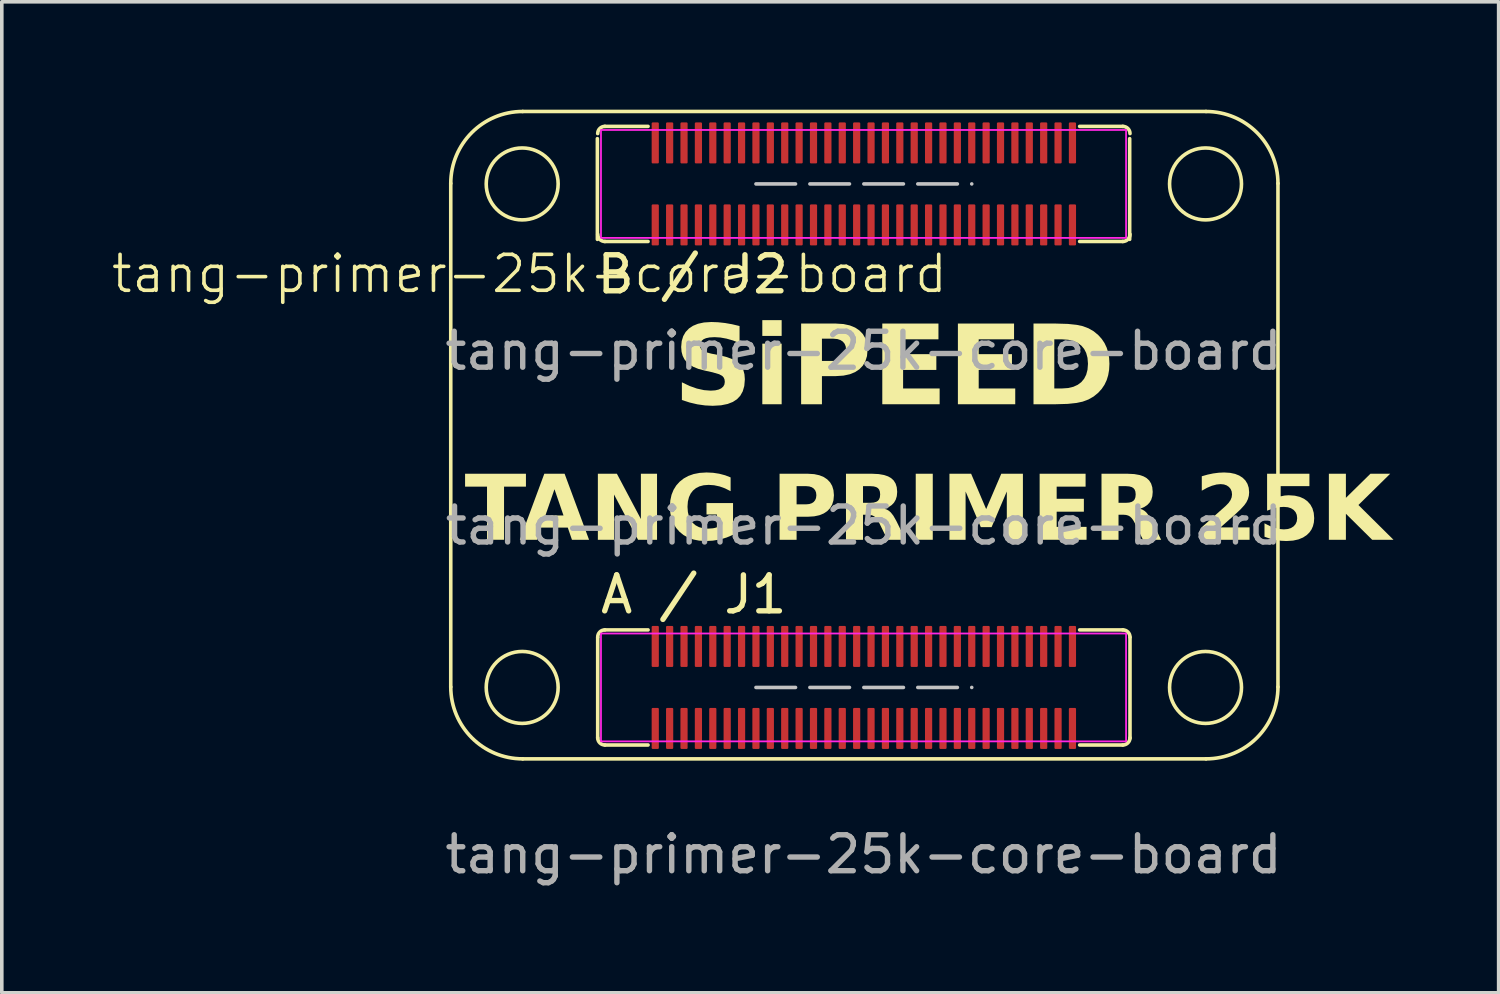
<source format=kicad_pcb>
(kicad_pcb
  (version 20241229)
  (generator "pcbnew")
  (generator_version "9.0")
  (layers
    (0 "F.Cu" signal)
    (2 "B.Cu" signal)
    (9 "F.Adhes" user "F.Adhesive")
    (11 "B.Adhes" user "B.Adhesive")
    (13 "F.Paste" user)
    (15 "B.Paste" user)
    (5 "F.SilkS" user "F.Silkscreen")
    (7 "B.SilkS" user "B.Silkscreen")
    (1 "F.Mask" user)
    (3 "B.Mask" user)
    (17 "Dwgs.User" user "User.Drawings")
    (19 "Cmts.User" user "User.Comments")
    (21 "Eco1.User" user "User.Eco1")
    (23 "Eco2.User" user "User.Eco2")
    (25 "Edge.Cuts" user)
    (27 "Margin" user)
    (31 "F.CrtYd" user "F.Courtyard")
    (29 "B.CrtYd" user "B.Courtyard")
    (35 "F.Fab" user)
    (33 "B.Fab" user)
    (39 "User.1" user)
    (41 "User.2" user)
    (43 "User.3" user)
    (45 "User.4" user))
  (footprint "tang-primer-25k-core-board"
    (layer "F.Cu")
    (at 20.969 9.064)
    (property "Reference" "tang-primer-25k-core-board" (at -9.3 -4.5 0) (unlocked yes) (layer "F.SilkS") (effects (font (size 1 1) (thickness 0.1))))
    (attr smd)
    (fp_line (start -11.486 -7.014) (end -11.486 6.986) (stroke (width 0.1) (type default)) (layer "F.SilkS"))
    (fp_line (start -9.486 8.986) (end 9.514 8.986) (stroke (width 0.1) (type default)) (layer "F.SilkS"))
    (fp_line (start -7.409 -8.259) (end -7.409 -5.459) (stroke (width 0.1) (type default)) (layer "F.SilkS"))
    (fp_line (start -7.4 5.61) (end -7.4 8.41) (stroke (width 0.1) (type default)) (layer "F.SilkS"))
    (fp_line (start -7.2 -8.6) (end -6 -8.6) (stroke (width 0.1) (type default)) (layer "F.SilkS"))
    (fp_line (start -7.2 -5.4) (end -6 -5.4) (stroke (width 0.1) (type default)) (layer "F.SilkS"))
    (fp_line (start -7.2 5.4) (end -6 5.4) (stroke (width 0.1) (type default)) (layer "F.SilkS"))
    (fp_line (start -7.2 8.6) (end -6 8.6) (stroke (width 0.1) (type default)) (layer "F.SilkS"))
    (fp_line (start 7.2 -8.6) (end 6 -8.6) (stroke (width 0.1) (type default)) (layer "F.SilkS"))
    (fp_line (start 7.2 -5.4) (end 6 -5.4) (stroke (width 0.1) (type default)) (layer "F.SilkS"))
    (fp_line (start 7.2 5.4) (end 6 5.4) (stroke (width 0.1) (type default)) (layer "F.SilkS"))
    (fp_line (start 7.2 8.6) (end 6 8.6) (stroke (width 0.1) (type default)) (layer "F.SilkS"))
    (fp_line (start 7.391 -8.259) (end 7.391 -5.459) (stroke (width 0.1) (type default)) (layer "F.SilkS"))
    (fp_line (start 7.4 5.61) (end 7.4 8.41) (stroke (width 0.1) (type default)) (layer "F.SilkS"))
    (fp_line (start 9.514 -9.014) (end -9.486 -9.014) (stroke (width 0.1) (type default)) (layer "F.SilkS"))
    (fp_line (start 11.514 6.986) (end 11.514 -7.014) (stroke (width 0.1) (type default)) (layer "F.SilkS"))
    (fp_arc (start -11.485786 -7.014214) (mid -10.9 -8.428428) (end -9.485786 -9.014214) (stroke (width 0.1) (type default)) (layer "F.SilkS"))
    (fp_arc (start -9.485786 8.985786) (mid -10.9 8.4) (end -11.485786 6.985786) (stroke (width 0.1) (type default)) (layer "F.SilkS"))
    (fp_arc (start -7.4 -8.4) (mid -7.341421 -8.541421) (end -7.2 -8.6) (stroke (width 0.1) (type default)) (layer "F.SilkS"))
    (fp_arc (start -7.4 5.6) (mid -7.341421 5.458579) (end -7.2 5.4) (stroke (width 0.1) (type default)) (layer "F.SilkS"))
    (fp_arc (start -7.2 -5.4) (mid -7.341421 -5.458579) (end -7.4 -5.6) (stroke (width 0.1) (type default)) (layer "F.SilkS"))
    (fp_arc (start -7.2 8.6) (mid -7.341421 8.541421) (end -7.4 8.4) (stroke (width 0.1) (type default)) (layer "F.SilkS"))
    (fp_arc (start 7.2 -8.6) (mid 7.341421 -8.541421) (end 7.4 -8.4) (stroke (width 0.1) (type default)) (layer "F.SilkS"))
    (fp_arc (start 7.2 5.4) (mid 7.341421 5.458579) (end 7.4 5.6) (stroke (width 0.1) (type default)) (layer "F.SilkS"))
    (fp_arc (start 7.4 -5.6) (mid 7.341421 -5.458579) (end 7.2 -5.4) (stroke (width 0.1) (type default)) (layer "F.SilkS"))
    (fp_arc (start 7.4 8.4) (mid 7.341421 8.541421) (end 7.2 8.6) (stroke (width 0.1) (type default)) (layer "F.SilkS"))
    (fp_arc (start 9.514214 -9.014214) (mid 10.928428 -8.428428) (end 11.514214 -7.014214) (stroke (width 0.1) (type default)) (layer "F.SilkS"))
    (fp_arc (start 11.514214 6.985786) (mid 10.928428 8.4) (end 9.514214 8.985786) (stroke (width 0.1) (type default)) (layer "F.SilkS"))
    (fp_circle (center -9.5 -7) (end -8.5 -7) (stroke (width 0.1) (type solid)) (fill no) (layer "F.SilkS"))
    (fp_circle (center -9.5 7) (end -8.5 7) (stroke (width 0.1) (type solid)) (fill no) (layer "F.SilkS"))
    (fp_circle (center 9.5 -7) (end 10.5 -7) (stroke (width 0.1) (type solid)) (fill no) (layer "F.SilkS"))
    (fp_circle (center 9.5 7) (end 10.5 7) (stroke (width 0.1) (type solid)) (fill no) (layer "F.SilkS"))
    (fp_line (start -3 -7) (end 3 -7) (stroke (width 0.1) (type dash)) (layer "Dwgs.User"))
    (fp_line (start -3 7) (end 3 7) (stroke (width 0.1) (type dash)) (layer "Dwgs.User"))
    (fp_rect (start -7.309 -8.5) (end 7.291 -5.5) (stroke (width 0.05) (type default)) (fill no) (layer "F.CrtYd"))
    (fp_rect (start -7.309 5.5) (end 7.291 8.5) (stroke (width 0.05) (type default)) (fill no) (layer "F.CrtYd"))
    (fp_text user "B / J2" (at -7.5 -3.9 0) (unlocked yes) (layer "F.SilkS") (effects (font (size 1 1) (thickness 0.15)) (justify left bottom)))
    (fp_text user "TANG PRIMER 25K" (at -11.1 3.2 0) (unlocked yes) (layer "F.SilkS") (effects (font (face "Exo 2 Black") (size 1.8 1.8) (thickness 0.15)) (justify left bottom)))
    (fp_text user "A / J1" (at -7.4 5 0) (unlocked yes) (layer "F.SilkS") (effects (font (size 1 1) (thickness 0.15)) (justify left bottom)))
    (fp_text user "SiPEED" (at -5.3 -0.5 0) (unlocked yes) (layer "F.SilkS") (effects (font (face "Exo 2 Black") (size 2.2 2.2) (thickness 0.15)) (justify left bottom)))
    (fp_text user "${REFERENCE}" (at -0.009 -2.359 0) (unlocked yes) (layer "F.Fab") (effects (font (size 1 1) (thickness 0.15))))
    (fp_text user "${REFERENCE}" (at 0 2.5 0) (unlocked yes) (layer "F.Fab") (effects (font (size 1 1) (thickness 0.15))))
    (fp_text user "${REFERENCE}" (at -0.009 11.641 0) (unlocked yes) (layer "F.Fab") (effects (font (size 1 1) (thickness 0.15))))
    (pad "A1" smd roundrect (at -5.8 5.86) (size 0.2 1.14) (layers "F.Cu" "F.Mask" "F.Paste") (roundrect_rratio 0.15))
    (pad "A2" smd roundrect (at -5.8 8.14) (size 0.2 1.14) (layers "F.Cu" "F.Mask" "F.Paste") (roundrect_rratio 0.15))
    (pad "A3" smd roundrect (at -5.4 5.86) (size 0.2 1.14) (layers "F.Cu" "F.Mask" "F.Paste") (roundrect_rratio 0.15))
    (pad "A4" smd roundrect (at -5.4 8.14) (size 0.2 1.14) (layers "F.Cu" "F.Mask" "F.Paste") (roundrect_rratio 0.15))
    (pad "A5" smd roundrect (at -5 5.86) (size 0.2 1.14) (layers "F.Cu" "F.Mask" "F.Paste") (roundrect_rratio 0.15))
    (pad "A6" smd roundrect (at -5 8.14) (size 0.2 1.14) (layers "F.Cu" "F.Mask" "F.Paste") (roundrect_rratio 0.15))
    (pad "A7" smd roundrect (at -4.6 5.86) (size 0.2 1.14) (layers "F.Cu" "F.Mask" "F.Paste") (roundrect_rratio 0.15))
    (pad "A8" smd roundrect (at -4.6 8.14) (size 0.2 1.14) (layers "F.Cu" "F.Mask" "F.Paste") (roundrect_rratio 0.15))
    (pad "A9" smd roundrect (at -4.2 5.86) (size 0.2 1.14) (layers "F.Cu" "F.Mask" "F.Paste") (roundrect_rratio 0.15))
    (pad "A10" smd roundrect (at -4.2 8.14) (size 0.2 1.14) (layers "F.Cu" "F.Mask" "F.Paste") (roundrect_rratio 0.15))
    (pad "A11" smd roundrect (at -3.8 5.86) (size 0.2 1.14) (layers "F.Cu" "F.Mask" "F.Paste") (roundrect_rratio 0.15))
    (pad "A12" smd roundrect (at -3.8 8.14) (size 0.2 1.14) (layers "F.Cu" "F.Mask" "F.Paste") (roundrect_rratio 0.15))
    (pad "A13" smd roundrect (at -3.4 5.86) (size 0.2 1.14) (layers "F.Cu" "F.Mask" "F.Paste") (roundrect_rratio 0.15))
    (pad "A14" smd roundrect (at -3.4 8.14) (size 0.2 1.14) (layers "F.Cu" "F.Mask" "F.Paste") (roundrect_rratio 0.15))
    (pad "A15" smd roundrect (at -3 5.86) (size 0.2 1.14) (layers "F.Cu" "F.Mask" "F.Paste") (roundrect_rratio 0.15))
    (pad "A16" smd roundrect (at -3 8.14) (size 0.2 1.14) (layers "F.Cu" "F.Mask" "F.Paste") (roundrect_rratio 0.15))
    (pad "A17" smd roundrect (at -2.6 5.86) (size 0.2 1.14) (layers "F.Cu" "F.Mask" "F.Paste") (roundrect_rratio 0.15))
    (pad "A18" smd roundrect (at -2.6 8.14) (size 0.2 1.14) (layers "F.Cu" "F.Mask" "F.Paste") (roundrect_rratio 0.15))
    (pad "A19" smd roundrect (at -2.2 5.86) (size 0.2 1.14) (layers "F.Cu" "F.Mask" "F.Paste") (roundrect_rratio 0.15))
    (pad "A20" smd roundrect (at -2.2 8.14) (size 0.2 1.14) (layers "F.Cu" "F.Mask" "F.Paste") (roundrect_rratio 0.15))
    (pad "A21" smd roundrect (at -1.8 5.86) (size 0.2 1.14) (layers "F.Cu" "F.Mask" "F.Paste") (roundrect_rratio 0.15))
    (pad "A22" smd roundrect (at -1.8 8.14) (size 0.2 1.14) (layers "F.Cu" "F.Mask" "F.Paste") (roundrect_rratio 0.15))
    (pad "A23" smd roundrect (at -1.4 5.86) (size 0.2 1.14) (layers "F.Cu" "F.Mask" "F.Paste") (roundrect_rratio 0.15))
    (pad "A24" smd roundrect (at -1.4 8.14) (size 0.2 1.14) (layers "F.Cu" "F.Mask" "F.Paste") (roundrect_rratio 0.15))
    (pad "A25" smd roundrect (at -1 5.86) (size 0.2 1.14) (layers "F.Cu" "F.Mask" "F.Paste") (roundrect_rratio 0.15))
    (pad "A26" smd roundrect (at -1 8.14) (size 0.2 1.14) (layers "F.Cu" "F.Mask" "F.Paste") (roundrect_rratio 0.15))
    (pad "A27" smd roundrect (at -0.6 5.86) (size 0.2 1.14) (layers "F.Cu" "F.Mask" "F.Paste") (roundrect_rratio 0.15))
    (pad "A28" smd roundrect (at -0.6 8.14) (size 0.2 1.14) (layers "F.Cu" "F.Mask" "F.Paste") (roundrect_rratio 0.15))
    (pad "A29" smd roundrect (at -0.2 5.86) (size 0.2 1.14) (layers "F.Cu" "F.Mask" "F.Paste") (roundrect_rratio 0.15))
    (pad "A30" smd roundrect (at -0.2 8.14) (size 0.2 1.14) (layers "F.Cu" "F.Mask" "F.Paste") (roundrect_rratio 0.15))
    (pad "A31" smd roundrect (at 0.2 5.86) (size 0.2 1.14) (layers "F.Cu" "F.Mask" "F.Paste") (roundrect_rratio 0.15))
    (pad "A32" smd roundrect (at 0.2 8.14) (size 0.2 1.14) (layers "F.Cu" "F.Mask" "F.Paste") (roundrect_rratio 0.15))
    (pad "A33" smd roundrect (at 0.6 5.86) (size 0.2 1.14) (layers "F.Cu" "F.Mask" "F.Paste") (roundrect_rratio 0.15))
    (pad "A34" smd roundrect (at 0.6 8.14) (size 0.2 1.14) (layers "F.Cu" "F.Mask" "F.Paste") (roundrect_rratio 0.15))
    (pad "A35" smd roundrect (at 1 5.86) (size 0.2 1.14) (layers "F.Cu" "F.Mask" "F.Paste") (roundrect_rratio 0.15))
    (pad "A36" smd roundrect (at 1 8.14) (size 0.2 1.14) (layers "F.Cu" "F.Mask" "F.Paste") (roundrect_rratio 0.15))
    (pad "A37" smd roundrect (at 1.4 5.86) (size 0.2 1.14) (layers "F.Cu" "F.Mask" "F.Paste") (roundrect_rratio 0.15))
    (pad "A38" smd roundrect (at 1.4 8.14) (size 0.2 1.14) (layers "F.Cu" "F.Mask" "F.Paste") (roundrect_rratio 0.15))
    (pad "A39" smd roundrect (at 1.8 5.86) (size 0.2 1.14) (layers "F.Cu" "F.Mask" "F.Paste") (roundrect_rratio 0.15))
    (pad "A40" smd roundrect (at 1.8 8.14) (size 0.2 1.14) (layers "F.Cu" "F.Mask" "F.Paste") (roundrect_rratio 0.15))
    (pad "A41" smd roundrect (at 2.2 5.86) (size 0.2 1.14) (layers "F.Cu" "F.Mask" "F.Paste") (roundrect_rratio 0.15))
    (pad "A42" smd roundrect (at 2.2 8.14) (size 0.2 1.14) (layers "F.Cu" "F.Mask" "F.Paste") (roundrect_rratio 0.15))
    (pad "A43" smd roundrect (at 2.6 5.86) (size 0.2 1.14) (layers "F.Cu" "F.Mask" "F.Paste") (roundrect_rratio 0.15))
    (pad "A44" smd roundrect (at 2.6 8.14) (size 0.2 1.14) (layers "F.Cu" "F.Mask" "F.Paste") (roundrect_rratio 0.15))
    (pad "A45" smd roundrect (at 3 5.86) (size 0.2 1.14) (layers "F.Cu" "F.Mask" "F.Paste") (roundrect_rratio 0.15))
    (pad "A46" smd roundrect (at 3 8.14) (size 0.2 1.14) (layers "F.Cu" "F.Mask" "F.Paste") (roundrect_rratio 0.15))
    (pad "A47" smd roundrect (at 3.4 5.86) (size 0.2 1.14) (layers "F.Cu" "F.Mask" "F.Paste") (roundrect_rratio 0.15))
    (pad "A48" smd roundrect (at 3.4 8.14) (size 0.2 1.14) (layers "F.Cu" "F.Mask" "F.Paste") (roundrect_rratio 0.15))
    (pad "A49" smd roundrect (at 3.8 5.86) (size 0.2 1.14) (layers "F.Cu" "F.Mask" "F.Paste") (roundrect_rratio 0.15))
    (pad "A50" smd roundrect (at 3.8 8.14) (size 0.2 1.14) (layers "F.Cu" "F.Mask" "F.Paste") (roundrect_rratio 0.15))
    (pad "A51" smd roundrect (at 4.2 5.86) (size 0.2 1.14) (layers "F.Cu" "F.Mask" "F.Paste") (roundrect_rratio 0.15))
    (pad "A52" smd roundrect (at 4.2 8.14) (size 0.2 1.14) (layers "F.Cu" "F.Mask" "F.Paste") (roundrect_rratio 0.15))
    (pad "A53" smd roundrect (at 4.6 5.86) (size 0.2 1.14) (layers "F.Cu" "F.Mask" "F.Paste") (roundrect_rratio 0.15))
    (pad "A54" smd roundrect (at 4.6 8.14) (size 0.2 1.14) (layers "F.Cu" "F.Mask" "F.Paste") (roundrect_rratio 0.15))
    (pad "A55" smd roundrect (at 5 5.86) (size 0.2 1.14) (layers "F.Cu" "F.Mask" "F.Paste") (roundrect_rratio 0.15))
    (pad "A56" smd roundrect (at 5 8.14) (size 0.2 1.14) (layers "F.Cu" "F.Mask" "F.Paste") (roundrect_rratio 0.15))
    (pad "A57" smd roundrect (at 5.4 5.86) (size 0.2 1.14) (layers "F.Cu" "F.Mask" "F.Paste") (roundrect_rratio 0.15))
    (pad "A58" smd roundrect (at 5.4 8.14) (size 0.2 1.14) (layers "F.Cu" "F.Mask" "F.Paste") (roundrect_rratio 0.15))
    (pad "A59" smd roundrect (at 5.8 5.86) (size 0.2 1.14) (layers "F.Cu" "F.Mask" "F.Paste") (roundrect_rratio 0.15))
    (pad "A60" smd roundrect (at 5.8 8.14) (size 0.2 1.14) (layers "F.Cu" "F.Mask" "F.Paste") (roundrect_rratio 0.15))
    (pad "B1" smd roundrect (at -5.8 -8.14) (size 0.2 1.14) (layers "F.Cu" "F.Mask" "F.Paste") (roundrect_rratio 0.15))
    (pad "B2" smd roundrect (at -5.8 -5.86) (size 0.2 1.14) (layers "F.Cu" "F.Mask" "F.Paste") (roundrect_rratio 0.15))
    (pad "B3" smd roundrect (at -5.4 -8.14) (size 0.2 1.14) (layers "F.Cu" "F.Mask" "F.Paste") (roundrect_rratio 0.15))
    (pad "B4" smd roundrect (at -5.4 -5.86) (size 0.2 1.14) (layers "F.Cu" "F.Mask" "F.Paste") (roundrect_rratio 0.15))
    (pad "B5" smd roundrect (at -5 -8.14) (size 0.2 1.14) (layers "F.Cu" "F.Mask" "F.Paste") (roundrect_rratio 0.15))
    (pad "B6" smd roundrect (at -5 -5.86) (size 0.2 1.14) (layers "F.Cu" "F.Mask" "F.Paste") (roundrect_rratio 0.15))
    (pad "B7" smd roundrect (at -4.6 -8.14) (size 0.2 1.14) (layers "F.Cu" "F.Mask" "F.Paste") (roundrect_rratio 0.15))
    (pad "B8" smd roundrect (at -4.6 -5.86) (size 0.2 1.14) (layers "F.Cu" "F.Mask" "F.Paste") (roundrect_rratio 0.15))
    (pad "B9" smd roundrect (at -4.2 -8.14) (size 0.2 1.14) (layers "F.Cu" "F.Mask" "F.Paste") (roundrect_rratio 0.15))
    (pad "B10" smd roundrect (at -4.2 -5.86) (size 0.2 1.14) (layers "F.Cu" "F.Mask" "F.Paste") (roundrect_rratio 0.15))
    (pad "B11" smd roundrect (at -3.8 -8.14) (size 0.2 1.14) (layers "F.Cu" "F.Mask" "F.Paste") (roundrect_rratio 0.15))
    (pad "B12" smd roundrect (at -3.8 -5.86) (size 0.2 1.14) (layers "F.Cu" "F.Mask" "F.Paste") (roundrect_rratio 0.15))
    (pad "B13" smd roundrect (at -3.4 -8.14) (size 0.2 1.14) (layers "F.Cu" "F.Mask" "F.Paste") (roundrect_rratio 0.15))
    (pad "B14" smd roundrect (at -3.4 -5.86) (size 0.2 1.14) (layers "F.Cu" "F.Mask" "F.Paste") (roundrect_rratio 0.15))
    (pad "B15" smd roundrect (at -3 -8.14) (size 0.2 1.14) (layers "F.Cu" "F.Mask" "F.Paste") (roundrect_rratio 0.15))
    (pad "B16" smd roundrect (at -3 -5.86) (size 0.2 1.14) (layers "F.Cu" "F.Mask" "F.Paste") (roundrect_rratio 0.15))
    (pad "B17" smd roundrect (at -2.6 -8.14) (size 0.2 1.14) (layers "F.Cu" "F.Mask" "F.Paste") (roundrect_rratio 0.15))
    (pad "B18" smd roundrect (at -2.6 -5.86) (size 0.2 1.14) (layers "F.Cu" "F.Mask" "F.Paste") (roundrect_rratio 0.15))
    (pad "B19" smd roundrect (at -2.2 -8.14) (size 0.2 1.14) (layers "F.Cu" "F.Mask" "F.Paste") (roundrect_rratio 0.15))
    (pad "B20" smd roundrect (at -2.2 -5.86) (size 0.2 1.14) (layers "F.Cu" "F.Mask" "F.Paste") (roundrect_rratio 0.15))
    (pad "B21" smd roundrect (at -1.8 -8.14) (size 0.2 1.14) (layers "F.Cu" "F.Mask" "F.Paste") (roundrect_rratio 0.15))
    (pad "B22" smd roundrect (at -1.8 -5.86) (size 0.2 1.14) (layers "F.Cu" "F.Mask" "F.Paste") (roundrect_rratio 0.15))
    (pad "B23" smd roundrect (at -1.4 -8.14) (size 0.2 1.14) (layers "F.Cu" "F.Mask" "F.Paste") (roundrect_rratio 0.15))
    (pad "B24" smd roundrect (at -1.4 -5.86) (size 0.2 1.14) (layers "F.Cu" "F.Mask" "F.Paste") (roundrect_rratio 0.15))
    (pad "B25" smd roundrect (at -1 -8.14) (size 0.2 1.14) (layers "F.Cu" "F.Mask" "F.Paste") (roundrect_rratio 0.15))
    (pad "B26" smd roundrect (at -1 -5.86) (size 0.2 1.14) (layers "F.Cu" "F.Mask" "F.Paste") (roundrect_rratio 0.15))
    (pad "B27" smd roundrect (at -0.6 -8.14) (size 0.2 1.14) (layers "F.Cu" "F.Mask" "F.Paste") (roundrect_rratio 0.15))
    (pad "B28" smd roundrect (at -0.6 -5.86) (size 0.2 1.14) (layers "F.Cu" "F.Mask" "F.Paste") (roundrect_rratio 0.15))
    (pad "B29" smd roundrect (at -0.2 -8.14) (size 0.2 1.14) (layers "F.Cu" "F.Mask" "F.Paste") (roundrect_rratio 0.15))
    (pad "B30" smd roundrect (at -0.2 -5.86) (size 0.2 1.14) (layers "F.Cu" "F.Mask" "F.Paste") (roundrect_rratio 0.15))
    (pad "B31" smd roundrect (at 0.2 -8.14) (size 0.2 1.14) (layers "F.Cu" "F.Mask" "F.Paste") (roundrect_rratio 0.15))
    (pad "B32" smd roundrect (at 0.2 -5.86) (size 0.2 1.14) (layers "F.Cu" "F.Mask" "F.Paste") (roundrect_rratio 0.15))
    (pad "B33" smd roundrect (at 0.6 -8.14) (size 0.2 1.14) (layers "F.Cu" "F.Mask" "F.Paste") (roundrect_rratio 0.15))
    (pad "B34" smd roundrect (at 0.6 -5.86) (size 0.2 1.14) (layers "F.Cu" "F.Mask" "F.Paste") (roundrect_rratio 0.15))
    (pad "B35" smd roundrect (at 1 -8.14) (size 0.2 1.14) (layers "F.Cu" "F.Mask" "F.Paste") (roundrect_rratio 0.15))
    (pad "B36" smd roundrect (at 1 -5.86) (size 0.2 1.14) (layers "F.Cu" "F.Mask" "F.Paste") (roundrect_rratio 0.15))
    (pad "B37" smd roundrect (at 1.4 -8.14) (size 0.2 1.14) (layers "F.Cu" "F.Mask" "F.Paste") (roundrect_rratio 0.15))
    (pad "B38" smd roundrect (at 1.4 -5.86) (size 0.2 1.14) (layers "F.Cu" "F.Mask" "F.Paste") (roundrect_rratio 0.15))
    (pad "B39" smd roundrect (at 1.8 -8.14) (size 0.2 1.14) (layers "F.Cu" "F.Mask" "F.Paste") (roundrect_rratio 0.15))
    (pad "B40" smd roundrect (at 1.8 -5.86) (size 0.2 1.14) (layers "F.Cu" "F.Mask" "F.Paste") (roundrect_rratio 0.15))
    (pad "B41" smd roundrect (at 2.2 -8.14) (size 0.2 1.14) (layers "F.Cu" "F.Mask" "F.Paste") (roundrect_rratio 0.15))
    (pad "B42" smd roundrect (at 2.2 -5.86) (size 0.2 1.14) (layers "F.Cu" "F.Mask" "F.Paste") (roundrect_rratio 0.15))
    (pad "B43" smd roundrect (at 2.6 -8.14) (size 0.2 1.14) (layers "F.Cu" "F.Mask" "F.Paste") (roundrect_rratio 0.15))
    (pad "B44" smd roundrect (at 2.6 -5.86) (size 0.2 1.14) (layers "F.Cu" "F.Mask" "F.Paste") (roundrect_rratio 0.15))
    (pad "B45" smd roundrect (at 3 -8.14) (size 0.2 1.14) (layers "F.Cu" "F.Mask" "F.Paste") (roundrect_rratio 0.15))
    (pad "B46" smd roundrect (at 3 -5.86) (size 0.2 1.14) (layers "F.Cu" "F.Mask" "F.Paste") (roundrect_rratio 0.15))
    (pad "B47" smd roundrect (at 3.4 -8.14) (size 0.2 1.14) (layers "F.Cu" "F.Mask" "F.Paste") (roundrect_rratio 0.15))
    (pad "B48" smd roundrect (at 3.4 -5.86) (size 0.2 1.14) (layers "F.Cu" "F.Mask" "F.Paste") (roundrect_rratio 0.15))
    (pad "B49" smd roundrect (at 3.8 -8.14) (size 0.2 1.14) (layers "F.Cu" "F.Mask" "F.Paste") (roundrect_rratio 0.15))
    (pad "B50" smd roundrect (at 3.8 -5.86) (size 0.2 1.14) (layers "F.Cu" "F.Mask" "F.Paste") (roundrect_rratio 0.15))
    (pad "B51" smd roundrect (at 4.2 -8.14) (size 0.2 1.14) (layers "F.Cu" "F.Mask" "F.Paste") (roundrect_rratio 0.15))
    (pad "B52" smd roundrect (at 4.2 -5.86) (size 0.2 1.14) (layers "F.Cu" "F.Mask" "F.Paste") (roundrect_rratio 0.15))
    (pad "B53" smd roundrect (at 4.6 -8.14) (size 0.2 1.14) (layers "F.Cu" "F.Mask" "F.Paste") (roundrect_rratio 0.15))
    (pad "B54" smd roundrect (at 4.6 -5.86) (size 0.2 1.14) (layers "F.Cu" "F.Mask" "F.Paste") (roundrect_rratio 0.15))
    (pad "B55" smd roundrect (at 5 -8.14) (size 0.2 1.14) (layers "F.Cu" "F.Mask" "F.Paste") (roundrect_rratio 0.15))
    (pad "B56" smd roundrect (at 5 -5.86) (size 0.2 1.14) (layers "F.Cu" "F.Mask" "F.Paste") (roundrect_rratio 0.15))
    (pad "B57" smd roundrect (at 5.4 -8.14) (size 0.2 1.14) (layers "F.Cu" "F.Mask" "F.Paste") (roundrect_rratio 0.15))
    (pad "B58" smd roundrect (at 5.4 -5.86) (size 0.2 1.14) (layers "F.Cu" "F.Mask" "F.Paste") (roundrect_rratio 0.15))
    (pad "B59" smd roundrect (at 5.8 -8.14) (size 0.2 1.14) (layers "F.Cu" "F.Mask" "F.Paste") (roundrect_rratio 0.15))
    (pad "B60" smd roundrect (at 5.8 -5.86) (size 0.2 1.14) (layers "F.Cu" "F.Mask" "F.Paste") (roundrect_rratio 0.15)))
  (gr_rect
    (start -3 -3)
    (end 38.619 24.554)
    (stroke (width 0.1) (type default))
    (fill no)
    (layer "Edge.Cuts")))
</source>
